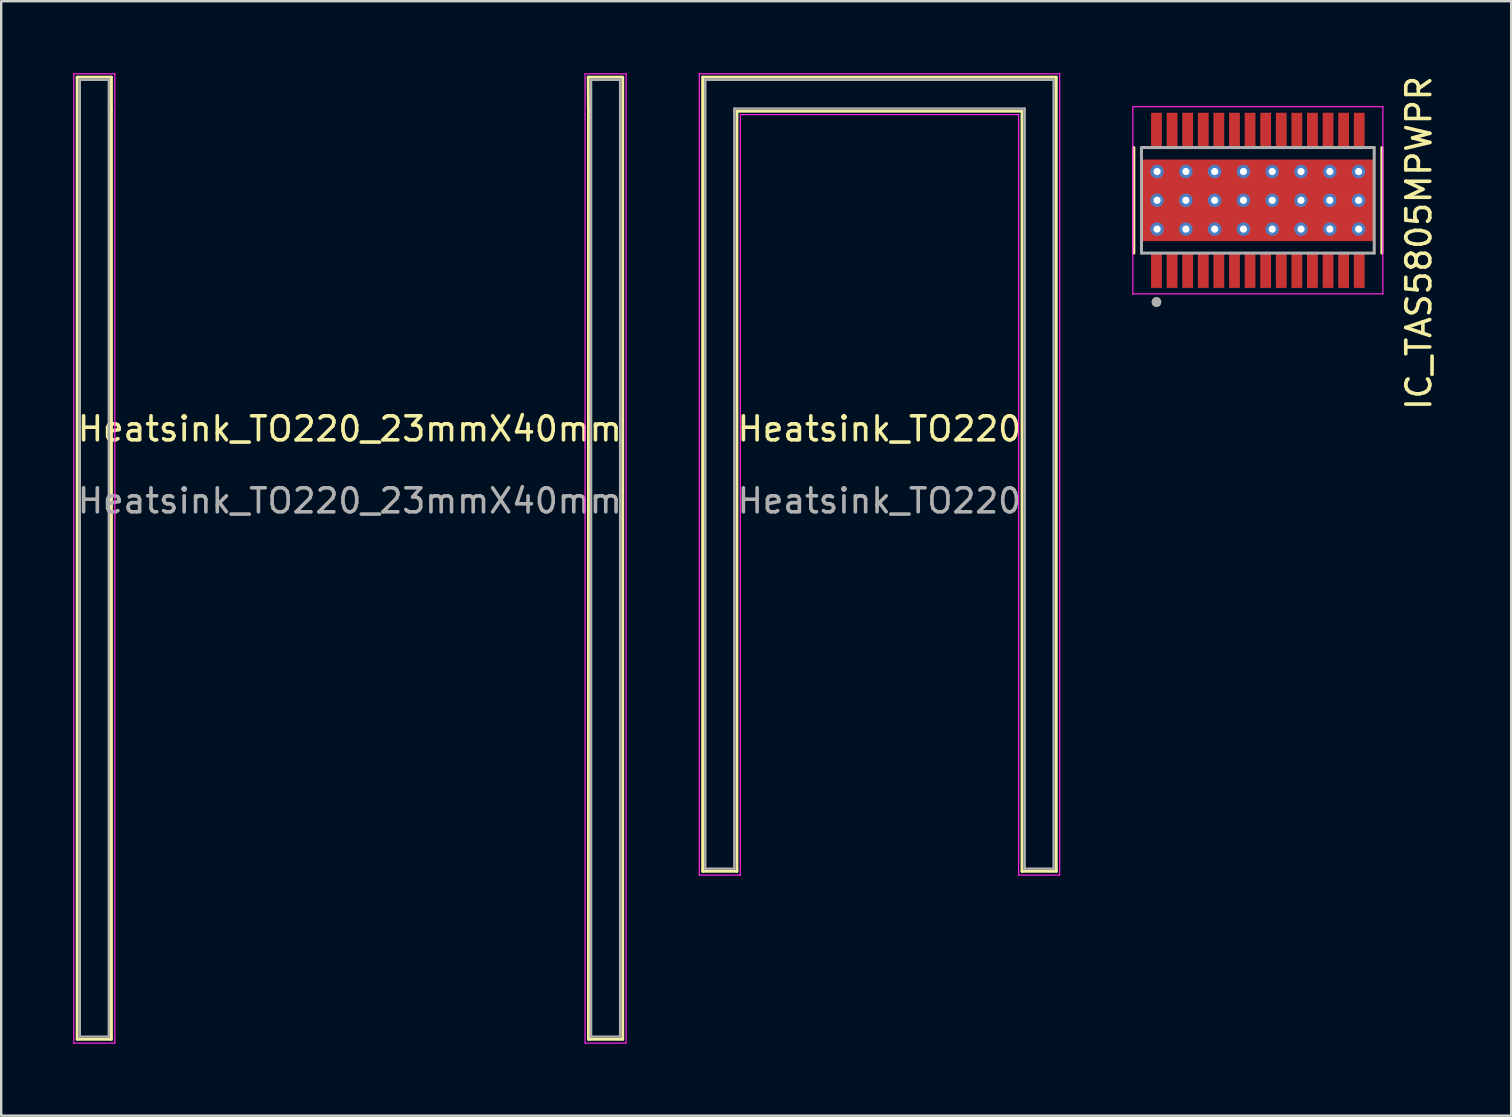
<source format=kicad_pcb>
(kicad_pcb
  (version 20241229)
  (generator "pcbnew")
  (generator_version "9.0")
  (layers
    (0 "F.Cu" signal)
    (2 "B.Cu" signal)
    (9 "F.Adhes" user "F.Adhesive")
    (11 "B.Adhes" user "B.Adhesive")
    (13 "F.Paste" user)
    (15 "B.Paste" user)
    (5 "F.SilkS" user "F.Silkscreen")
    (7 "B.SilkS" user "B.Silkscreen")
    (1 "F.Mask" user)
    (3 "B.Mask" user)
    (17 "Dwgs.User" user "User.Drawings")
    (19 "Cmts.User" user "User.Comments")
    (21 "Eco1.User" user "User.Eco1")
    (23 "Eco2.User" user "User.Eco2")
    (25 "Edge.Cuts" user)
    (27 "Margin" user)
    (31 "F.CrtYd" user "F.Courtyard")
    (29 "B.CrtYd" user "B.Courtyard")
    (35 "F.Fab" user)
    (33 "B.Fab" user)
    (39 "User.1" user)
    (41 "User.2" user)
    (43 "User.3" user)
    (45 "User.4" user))
  (footprint "Heatsink_TO220"
    (layer "F.Cu")
    (at 33.6 15.325)
    (property "Reference" "Heatsink_TO220" (at 0 -0.5 0) (unlocked yes) (layer "F.SilkS") (effects (font (size 1 1) (thickness 0.15))))
    (attr smd)
    (fp_line (start -7.365 -15.16) (end -7.365 17.94) (stroke (width 0.12) (type solid)) (layer "F.SilkS"))
    (fp_line (start -7.365 -15.16) (end 7.375 -15.16) (stroke (width 0.12) (type solid)) (layer "F.SilkS"))
    (fp_line (start -7.365 17.94) (end -5.935 17.94) (stroke (width 0.12) (type default)) (layer "F.SilkS"))
    (fp_line (start -5.935 -13.74) (end 5.945 -13.74) (stroke (width 0.12) (type solid)) (layer "F.SilkS"))
    (fp_line (start -5.935 17.94) (end -5.935 -13.74) (stroke (width 0.12) (type solid)) (layer "F.SilkS"))
    (fp_line (start 5.945 -13.74) (end 5.945 17.94) (stroke (width 0.12) (type solid)) (layer "F.SilkS"))
    (fp_line (start 7.375 -15.16) (end 7.375 17.94) (stroke (width 0.12) (type solid)) (layer "F.SilkS"))
    (fp_line (start 7.375 17.94) (end 5.945 17.94) (stroke (width 0.12) (type default)) (layer "F.SilkS"))
    (fp_line (start -7.505 -15.3) (end -7.505 18.1) (stroke (width 0.05) (type solid)) (layer "F.CrtYd"))
    (fp_line (start -7.505 -15.3) (end 7.515 -15.3) (stroke (width 0.05) (type solid)) (layer "F.CrtYd"))
    (fp_line (start -7.505 18.1) (end -5.795 18.1) (stroke (width 0.05) (type default)) (layer "F.CrtYd"))
    (fp_line (start -5.795 -13.6) (end -5.795 18.1) (stroke (width 0.05) (type solid)) (layer "F.CrtYd"))
    (fp_line (start -5.795 -13.6) (end 5.805 -13.6) (stroke (width 0.05) (type solid)) (layer "F.CrtYd"))
    (fp_line (start 5.805 -13.6) (end 5.805 18.1) (stroke (width 0.05) (type solid)) (layer "F.CrtYd"))
    (fp_line (start 7.515 -15.3) (end 7.515 18.1) (stroke (width 0.05) (type solid)) (layer "F.CrtYd"))
    (fp_line (start 7.515 18.1) (end 5.805 18.1) (stroke (width 0.05) (type default)) (layer "F.CrtYd"))
    (fp_line (start -7.255 -15.05) (end -7.255 17.83) (stroke (width 0.1) (type solid)) (layer "F.Fab"))
    (fp_line (start -7.255 -15.05) (end 7.265 -15.05) (stroke (width 0.1) (type solid)) (layer "F.Fab"))
    (fp_line (start -7.255 17.83) (end -6.045 17.83) (stroke (width 0.1) (type default)) (layer "F.Fab"))
    (fp_line (start -6.045 -13.85) (end -6.045 17.83) (stroke (width 0.1) (type solid)) (layer "F.Fab"))
    (fp_line (start -6.045 -13.85) (end 6.055 -13.85) (stroke (width 0.1) (type solid)) (layer "F.Fab"))
    (fp_line (start 6.055 -13.85) (end 6.055 17.83) (stroke (width 0.1) (type solid)) (layer "F.Fab"))
    (fp_line (start 6.055 17.83) (end 7.265 17.83) (stroke (width 0.1) (type default)) (layer "F.Fab"))
    (fp_line (start 7.265 -15.05) (end 7.265 17.83) (stroke (width 0.1) (type solid)) (layer "F.Fab"))
    (fp_text user "${REFERENCE}" (at 0 2.5 0) (unlocked yes) (layer "F.Fab") (effects (font (size 1 1) (thickness 0.15)))))
  (footprint "Heatsink_TO220_23mmX40mm"
    (layer "F.Cu")
    (at 11.53 15.325)
    (property "Reference" "Heatsink_TO220_23mmX40mm" (at 0 -0.5 0) (unlocked yes) (layer "F.SilkS") (effects (font (size 1 1) (thickness 0.15))))
    (attr smd)
    (fp_line (start -11.365 -15.16) (end -11.365 24.94) (stroke (width 0.12) (type solid)) (layer "F.SilkS"))
    (fp_line (start -9.935 -15.16) (end -11.365 -15.16) (stroke (width 0.12) (type default)) (layer "F.SilkS"))
    (fp_line (start -9.935 -13.74) (end -9.935 -15.16) (stroke (width 0.12) (type default)) (layer "F.SilkS"))
    (fp_line (start -9.935 24.94) (end -11.365 24.94) (stroke (width 0.12) (type default)) (layer "F.SilkS"))
    (fp_line (start -9.935 24.94) (end -9.935 -13.74) (stroke (width 0.12) (type solid)) (layer "F.SilkS"))
    (fp_line (start 9.935 -15.16) (end 11.375 -15.16) (stroke (width 0.12) (type default)) (layer "F.SilkS"))
    (fp_line (start 9.945 -13.74) (end 9.935 -15.16) (stroke (width 0.12) (type default)) (layer "F.SilkS"))
    (fp_line (start 9.945 -13.74) (end 9.945 24.94) (stroke (width 0.12) (type solid)) (layer "F.SilkS"))
    (fp_line (start 11.375 -15.16) (end 11.375 24.94) (stroke (width 0.12) (type solid)) (layer "F.SilkS"))
    (fp_line (start 11.375 24.94) (end 9.945 24.94) (stroke (width 0.12) (type default)) (layer "F.SilkS"))
    (fp_line (start -11.505 -15.3) (end -11.505 25.1) (stroke (width 0.05) (type solid)) (layer "F.CrtYd"))
    (fp_line (start -11.505 25.1) (end -9.795 25.1) (stroke (width 0.05) (type default)) (layer "F.CrtYd"))
    (fp_line (start -9.795 -15.3) (end -11.505 -15.3) (stroke (width 0.05) (type default)) (layer "F.CrtYd"))
    (fp_line (start -9.795 -13.6) (end -9.795 -15.3) (stroke (width 0.05) (type default)) (layer "F.CrtYd"))
    (fp_line (start -9.795 -13.6) (end -9.795 25.1) (stroke (width 0.05) (type solid)) (layer "F.CrtYd"))
    (fp_line (start 9.805 -15.3) (end 9.805 -13.6) (stroke (width 0.05) (type default)) (layer "F.CrtYd"))
    (fp_line (start 9.805 -15.3) (end 11.515 -15.3) (stroke (width 0.05) (type default)) (layer "F.CrtYd"))
    (fp_line (start 9.805 -13.6) (end 9.805 25.1) (stroke (width 0.05) (type solid)) (layer "F.CrtYd"))
    (fp_line (start 11.515 -15.3) (end 11.515 25.1) (stroke (width 0.05) (type solid)) (layer "F.CrtYd"))
    (fp_line (start 11.515 25.1) (end 9.805 25.1) (stroke (width 0.05) (type default)) (layer "F.CrtYd"))
    (fp_line (start -11.255 -15.05) (end -11.255 24.83) (stroke (width 0.1) (type solid)) (layer "F.Fab"))
    (fp_line (start -10.045 -15.05) (end -11.255 -15.05) (stroke (width 0.1) (type default)) (layer "F.Fab"))
    (fp_line (start -10.045 -13.85) (end -10.045 -15.05) (stroke (width 0.1) (type default)) (layer "F.Fab"))
    (fp_line (start -10.045 -13.85) (end -10.045 24.83) (stroke (width 0.1) (type solid)) (layer "F.Fab"))
    (fp_line (start -10.045 24.83) (end -11.255 24.83) (stroke (width 0.1) (type default)) (layer "F.Fab"))
    (fp_line (start 10.055 -13.85) (end 10.055 -15.05) (stroke (width 0.1) (type default)) (layer "F.Fab"))
    (fp_line (start 10.055 -13.85) (end 10.055 24.83) (stroke (width 0.1) (type solid)) (layer "F.Fab"))
    (fp_line (start 10.055 24.83) (end 11.265 24.83) (stroke (width 0.1) (type default)) (layer "F.Fab"))
    (fp_line (start 11.265 -15.05) (end 10.055 -15.05) (stroke (width 0.1) (type default)) (layer "F.Fab"))
    (fp_line (start 11.265 -15.05) (end 11.265 24.83) (stroke (width 0.1) (type solid)) (layer "F.Fab"))
    (fp_text user "${REFERENCE}" (at 0 2.5 0) (unlocked yes) (layer "F.Fab") (effects (font (size 1 1) (thickness 0.15)))))
  (footprint "IC_TAS5805MPWPR"
    (layer "F.Cu")
    (at 49.375 5.299)
    (property "Reference" "IC_TAS5805MPWPR" (at 6.71 1.778 90) (layer "F.SilkS") (effects (font (size 1 1) (thickness 0.15))))
    (attr smd)
    (fp_poly (pts (xy -4.5 -2.1) (xy -4.5 -3.7) (xy -3.95 -3.7) (xy -3.95 -2.1)) (stroke (width 0.01) (type solid)) (fill yes) (layer "F.Mask"))
    (fp_poly (pts (xy -4.5 3.7) (xy -4.5 2.1) (xy -3.95 2.1) (xy -3.95 3.7)) (stroke (width 0.01) (type solid)) (fill yes) (layer "F.Mask"))
    (fp_poly (pts (xy -3.85 -2.1) (xy -3.85 -3.7) (xy -3.3 -3.7) (xy -3.3 -2.1)) (stroke (width 0.01) (type solid)) (fill yes) (layer "F.Mask"))
    (fp_poly (pts (xy -3.85 3.7) (xy -3.85 2.1) (xy -3.3 2.1) (xy -3.3 3.7)) (stroke (width 0.01) (type solid)) (fill yes) (layer "F.Mask"))
    (fp_poly (pts (xy -3.2 -2.1) (xy -3.2 -3.7) (xy -2.65 -3.7) (xy -2.65 -2.1)) (stroke (width 0.01) (type solid)) (fill yes) (layer "F.Mask"))
    (fp_poly (pts (xy -3.2 3.7) (xy -3.2 2.1) (xy -2.65 2.1) (xy -2.65 3.7)) (stroke (width 0.01) (type solid)) (fill yes) (layer "F.Mask"))
    (fp_poly (pts (xy -2.55 -2.1) (xy -2.55 -3.7) (xy -2 -3.7) (xy -2 -2.1)) (stroke (width 0.01) (type solid)) (fill yes) (layer "F.Mask"))
    (fp_poly (pts (xy -2.55 3.7) (xy -2.55 2.1) (xy -2 2.1) (xy -2 3.7)) (stroke (width 0.01) (type solid)) (fill yes) (layer "F.Mask"))
    (fp_poly (pts (xy -2.025 1.55) (xy -2.025 -1.55) (xy 2.025 -1.55) (xy 2.025 1.55)) (stroke (width 0.01) (type solid)) (fill yes) (layer "F.Mask"))
    (fp_poly (pts (xy -1.9 -2.1) (xy -1.9 -3.7) (xy -1.35 -3.7) (xy -1.35 -2.1)) (stroke (width 0.01) (type solid)) (fill yes) (layer "F.Mask"))
    (fp_poly (pts (xy -1.9 3.7) (xy -1.9 2.1) (xy -1.35 2.1) (xy -1.35 3.7)) (stroke (width 0.01) (type solid)) (fill yes) (layer "F.Mask"))
    (fp_poly (pts (xy -1.25 -2.1) (xy -1.25 -3.7) (xy -0.7 -3.7) (xy -0.7 -2.1)) (stroke (width 0.01) (type solid)) (fill yes) (layer "F.Mask"))
    (fp_poly (pts (xy -1.25 3.7) (xy -1.25 2.1) (xy -0.7 2.1) (xy -0.7 3.7)) (stroke (width 0.01) (type solid)) (fill yes) (layer "F.Mask"))
    (fp_poly (pts (xy -0.6 -2.1) (xy -0.6 -3.7) (xy -0.05 -3.7) (xy -0.05 -2.1)) (stroke (width 0.01) (type solid)) (fill yes) (layer "F.Mask"))
    (fp_poly (pts (xy -0.6 3.7) (xy -0.6 2.1) (xy -0.05 2.1) (xy -0.05 3.7)) (stroke (width 0.01) (type solid)) (fill yes) (layer "F.Mask"))
    (fp_poly (pts (xy 0.05 -2.1) (xy 0.05 -3.7) (xy 0.6 -3.7) (xy 0.6 -2.1)) (stroke (width 0.01) (type solid)) (fill yes) (layer "F.Mask"))
    (fp_poly (pts (xy 0.05 3.7) (xy 0.05 2.1) (xy 0.6 2.1) (xy 0.6 3.7)) (stroke (width 0.01) (type solid)) (fill yes) (layer "F.Mask"))
    (fp_poly (pts (xy 0.7 -2.1) (xy 0.7 -3.7) (xy 1.25 -3.7) (xy 1.25 -2.1)) (stroke (width 0.01) (type solid)) (fill yes) (layer "F.Mask"))
    (fp_poly (pts (xy 0.7 3.7) (xy 0.7 2.1) (xy 1.25 2.1) (xy 1.25 3.7)) (stroke (width 0.01) (type solid)) (fill yes) (layer "F.Mask"))
    (fp_poly (pts (xy 1.35 -2.1) (xy 1.35 -3.7) (xy 1.9 -3.7) (xy 1.9 -2.1)) (stroke (width 0.01) (type solid)) (fill yes) (layer "F.Mask"))
    (fp_poly (pts (xy 1.35 3.7) (xy 1.35 2.1) (xy 1.9 2.1) (xy 1.9 3.7)) (stroke (width 0.01) (type solid)) (fill yes) (layer "F.Mask"))
    (fp_poly (pts (xy 2 -2.1) (xy 2 -3.7) (xy 2.55 -3.7) (xy 2.55 -2.1)) (stroke (width 0.01) (type solid)) (fill yes) (layer "F.Mask"))
    (fp_poly (pts (xy 2 3.7) (xy 2 2.1) (xy 2.55 2.1) (xy 2.55 3.7)) (stroke (width 0.01) (type solid)) (fill yes) (layer "F.Mask"))
    (fp_poly (pts (xy 2.65 -2.1) (xy 2.65 -3.7) (xy 3.2 -3.7) (xy 3.2 -2.1)) (stroke (width 0.01) (type solid)) (fill yes) (layer "F.Mask"))
    (fp_poly (pts (xy 2.65 3.7) (xy 2.65 2.1) (xy 3.2 2.1) (xy 3.2 3.7)) (stroke (width 0.01) (type solid)) (fill yes) (layer "F.Mask"))
    (fp_poly (pts (xy 3.3 -2.1) (xy 3.3 -3.7) (xy 3.85 -3.7) (xy 3.85 -2.1)) (stroke (width 0.01) (type solid)) (fill yes) (layer "F.Mask"))
    (fp_poly (pts (xy 3.3 3.7) (xy 3.3 2.1) (xy 3.85 2.1) (xy 3.85 3.7)) (stroke (width 0.01) (type solid)) (fill yes) (layer "F.Mask"))
    (fp_poly (pts (xy 3.95 -2.1) (xy 3.95 -3.7) (xy 4.5 -3.7) (xy 4.5 -2.1)) (stroke (width 0.01) (type solid)) (fill yes) (layer "F.Mask"))
    (fp_poly (pts (xy 3.95 3.7) (xy 3.95 2.1) (xy 4.5 2.1) (xy 4.5 3.7)) (stroke (width 0.01) (type solid)) (fill yes) (layer "F.Mask"))
    (fp_line (start -5.17 2.2) (end -5.17 -2.2) (stroke (width 0.127) (type solid)) (layer "F.SilkS"))
    (fp_line (start 5.17 2.2) (end 5.17 -2.2) (stroke (width 0.127) (type solid)) (layer "F.SilkS"))
    (fp_circle (center -4.225 4.24) (end -4.225 4.14) (stroke (width 0.2) (type solid)) (fill no) (layer "F.SilkS"))
    (fp_poly (pts (xy -2.025 1.55) (xy -2.025 -1.55) (xy 2.025 -1.55) (xy 2.025 1.55)) (stroke (width 0.01) (type solid)) (fill yes) (layer "F.Paste"))
    (fp_line (start -5.21 -3.9) (end 5.21 -3.9) (stroke (width 0.05) (type solid)) (layer "F.CrtYd"))
    (fp_line (start -5.21 3.9) (end -5.21 -3.9) (stroke (width 0.05) (type solid)) (layer "F.CrtYd"))
    (fp_line (start -5.21 3.9) (end 5.21 3.9) (stroke (width 0.05) (type solid)) (layer "F.CrtYd"))
    (fp_line (start 5.21 3.9) (end 5.21 -3.9) (stroke (width 0.05) (type solid)) (layer "F.CrtYd"))
    (fp_line (start -4.85 -2.2) (end 4.85 -2.2) (stroke (width 0.127) (type solid)) (layer "F.Fab"))
    (fp_line (start -4.85 2.2) (end -4.85 -2.2) (stroke (width 0.127) (type solid)) (layer "F.Fab"))
    (fp_line (start -4.85 2.2) (end 4.85 2.2) (stroke (width 0.127) (type solid)) (layer "F.Fab"))
    (fp_line (start 4.85 2.2) (end 4.85 -2.2) (stroke (width 0.127) (type solid)) (layer "F.Fab"))
    (fp_circle (center -4.225 4.24) (end -4.225 4.14) (stroke (width 0.2) (type solid)) (fill no) (layer "F.Fab"))
    (pad "1" smd rect (at -4.225 2.9 90) (size 1.5 0.45) (layers "F.Cu" "F.Paste"))
    (pad "2" smd rect (at -3.575 2.9 90) (size 1.5 0.45) (layers "F.Cu" "F.Paste"))
    (pad "3" smd rect (at -2.925 2.9 90) (size 1.5 0.45) (layers "F.Cu" "F.Paste"))
    (pad "4" smd rect (at -2.275 2.9 90) (size 1.5 0.45) (layers "F.Cu" "F.Paste"))
    (pad "5" smd rect (at -1.625 2.9 90) (size 1.5 0.45) (layers "F.Cu" "F.Paste"))
    (pad "6" smd rect (at -0.975 2.9 90) (size 1.5 0.45) (layers "F.Cu" "F.Paste"))
    (pad "7" smd rect (at -0.325 2.9 90) (size 1.5 0.45) (layers "F.Cu" "F.Paste"))
    (pad "8" smd rect (at 0.325 2.9 90) (size 1.5 0.45) (layers "F.Cu" "F.Paste"))
    (pad "9" smd rect (at 0.975 2.9 90) (size 1.5 0.45) (layers "F.Cu" "F.Paste"))
    (pad "10" smd rect (at 1.625 2.9 90) (size 1.5 0.45) (layers "F.Cu" "F.Paste"))
    (pad "11" smd rect (at 2.275 2.9 90) (size 1.5 0.45) (layers "F.Cu" "F.Paste"))
    (pad "12" smd rect (at 2.925 2.9 90) (size 1.5 0.45) (layers "F.Cu" "F.Paste"))
    (pad "13" smd rect (at 3.575 2.9 90) (size 1.5 0.45) (layers "F.Cu" "F.Paste"))
    (pad "14" smd rect (at 4.225 2.9 90) (size 1.5 0.45) (layers "F.Cu" "F.Paste"))
    (pad "15" smd rect (at 4.225 -2.9 90) (size 1.5 0.45) (layers "F.Cu" "F.Paste"))
    (pad "16" smd rect (at 3.575 -2.9 90) (size 1.5 0.45) (layers "F.Cu" "F.Paste"))
    (pad "17" smd rect (at 2.925 -2.9 90) (size 1.5 0.45) (layers "F.Cu" "F.Paste"))
    (pad "18" smd rect (at 2.275 -2.9 90) (size 1.5 0.45) (layers "F.Cu" "F.Paste"))
    (pad "19" smd rect (at 1.625 -2.9 90) (size 1.5 0.45) (layers "F.Cu" "F.Paste"))
    (pad "20" smd rect (at 0.975 -2.9 90) (size 1.5 0.45) (layers "F.Cu" "F.Paste"))
    (pad "21" smd rect (at 0.325 -2.9 90) (size 1.5 0.45) (layers "F.Cu" "F.Paste"))
    (pad "22" smd rect (at -0.325 -2.9 90) (size 1.5 0.45) (layers "F.Cu" "F.Paste"))
    (pad "23" smd rect (at -0.975 -2.9 90) (size 1.5 0.45) (layers "F.Cu" "F.Paste"))
    (pad "24" smd rect (at -1.625 -2.9 90) (size 1.5 0.45) (layers "F.Cu" "F.Paste"))
    (pad "25" smd rect (at -2.275 -2.9 90) (size 1.5 0.45) (layers "F.Cu" "F.Paste"))
    (pad "26" smd rect (at -2.925 -2.9 90) (size 1.5 0.45) (layers "F.Cu" "F.Paste"))
    (pad "27" smd rect (at -3.575 -2.9 90) (size 1.5 0.45) (layers "F.Cu" "F.Paste"))
    (pad "28" smd rect (at -4.225 -2.9 90) (size 1.5 0.45) (layers "F.Cu" "F.Paste"))
    (pad "29" smd rect (at 0 0 90) (size 3.4 9.7) (layers "F.Cu"))
    (pad "30" thru_hole circle (at 4.2 1.2 90) (size 0.56 0.56) (drill 0.3) (layers "*.Cu"))
    (pad "31" thru_hole circle (at 4.2 0 90) (size 0.56 0.56) (drill 0.3) (layers "*.Cu"))
    (pad "32" thru_hole circle (at 4.2 -1.2 90) (size 0.56 0.56) (drill 0.3) (layers "*.Cu"))
    (pad "33" thru_hole circle (at 3 1.2 90) (size 0.56 0.56) (drill 0.3) (layers "*.Cu"))
    (pad "34" thru_hole circle (at 3 0 90) (size 0.56 0.56) (drill 0.3) (layers "*.Cu"))
    (pad "35" thru_hole circle (at 3 -1.2 90) (size 0.56 0.56) (drill 0.3) (layers "*.Cu"))
    (pad "36" thru_hole circle (at 1.8 1.2 90) (size 0.56 0.56) (drill 0.3) (layers "*.Cu"))
    (pad "37" thru_hole circle (at 1.8 0 90) (size 0.56 0.56) (drill 0.3) (layers "*.Cu"))
    (pad "38" thru_hole circle (at 1.8 -1.2 90) (size 0.56 0.56) (drill 0.3) (layers "*.Cu"))
    (pad "39" thru_hole circle (at 0.6 1.2 90) (size 0.56 0.56) (drill 0.3) (layers "*.Cu"))
    (pad "40" thru_hole circle (at 0.6 0 90) (size 0.56 0.56) (drill 0.3) (layers "*.Cu"))
    (pad "41" thru_hole circle (at 0.6 -1.2 90) (size 0.56 0.56) (drill 0.3) (layers "*.Cu"))
    (pad "42" thru_hole circle (at -0.6 1.2 90) (size 0.56 0.56) (drill 0.3) (layers "*.Cu"))
    (pad "43" thru_hole circle (at -0.6 0 90) (size 0.56 0.56) (drill 0.3) (layers "*.Cu"))
    (pad "44" thru_hole circle (at -0.6 -1.2 90) (size 0.56 0.56) (drill 0.3) (layers "*.Cu"))
    (pad "45" thru_hole circle (at -1.8 1.2 90) (size 0.56 0.56) (drill 0.3) (layers "*.Cu"))
    (pad "46" thru_hole circle (at -1.8 0 90) (size 0.56 0.56) (drill 0.3) (layers "*.Cu"))
    (pad "47" thru_hole circle (at -1.8 -1.2 90) (size 0.56 0.56) (drill 0.3) (layers "*.Cu"))
    (pad "48" thru_hole circle (at -3 1.2 90) (size 0.56 0.56) (drill 0.3) (layers "*.Cu"))
    (pad "49" thru_hole circle (at -3 0 90) (size 0.56 0.56) (drill 0.3) (layers "*.Cu"))
    (pad "50" thru_hole circle (at -3 -1.2 90) (size 0.56 0.56) (drill 0.3) (layers "*.Cu"))
    (pad "51" thru_hole circle (at -4.2 1.2 90) (size 0.56 0.56) (drill 0.3) (layers "*.Cu"))
    (pad "52" thru_hole circle (at -4.2 0 90) (size 0.56 0.56) (drill 0.3) (layers "*.Cu"))
    (pad "53" thru_hole circle (at -4.2 -1.2 90) (size 0.56 0.56) (drill 0.3) (layers "*.Cu")))
  (gr_rect
    (start -3 -3)
    (end 59.933 43.45)
    (stroke (width 0.1) (type default))
    (fill no)
    (layer "Edge.Cuts")))
</source>
